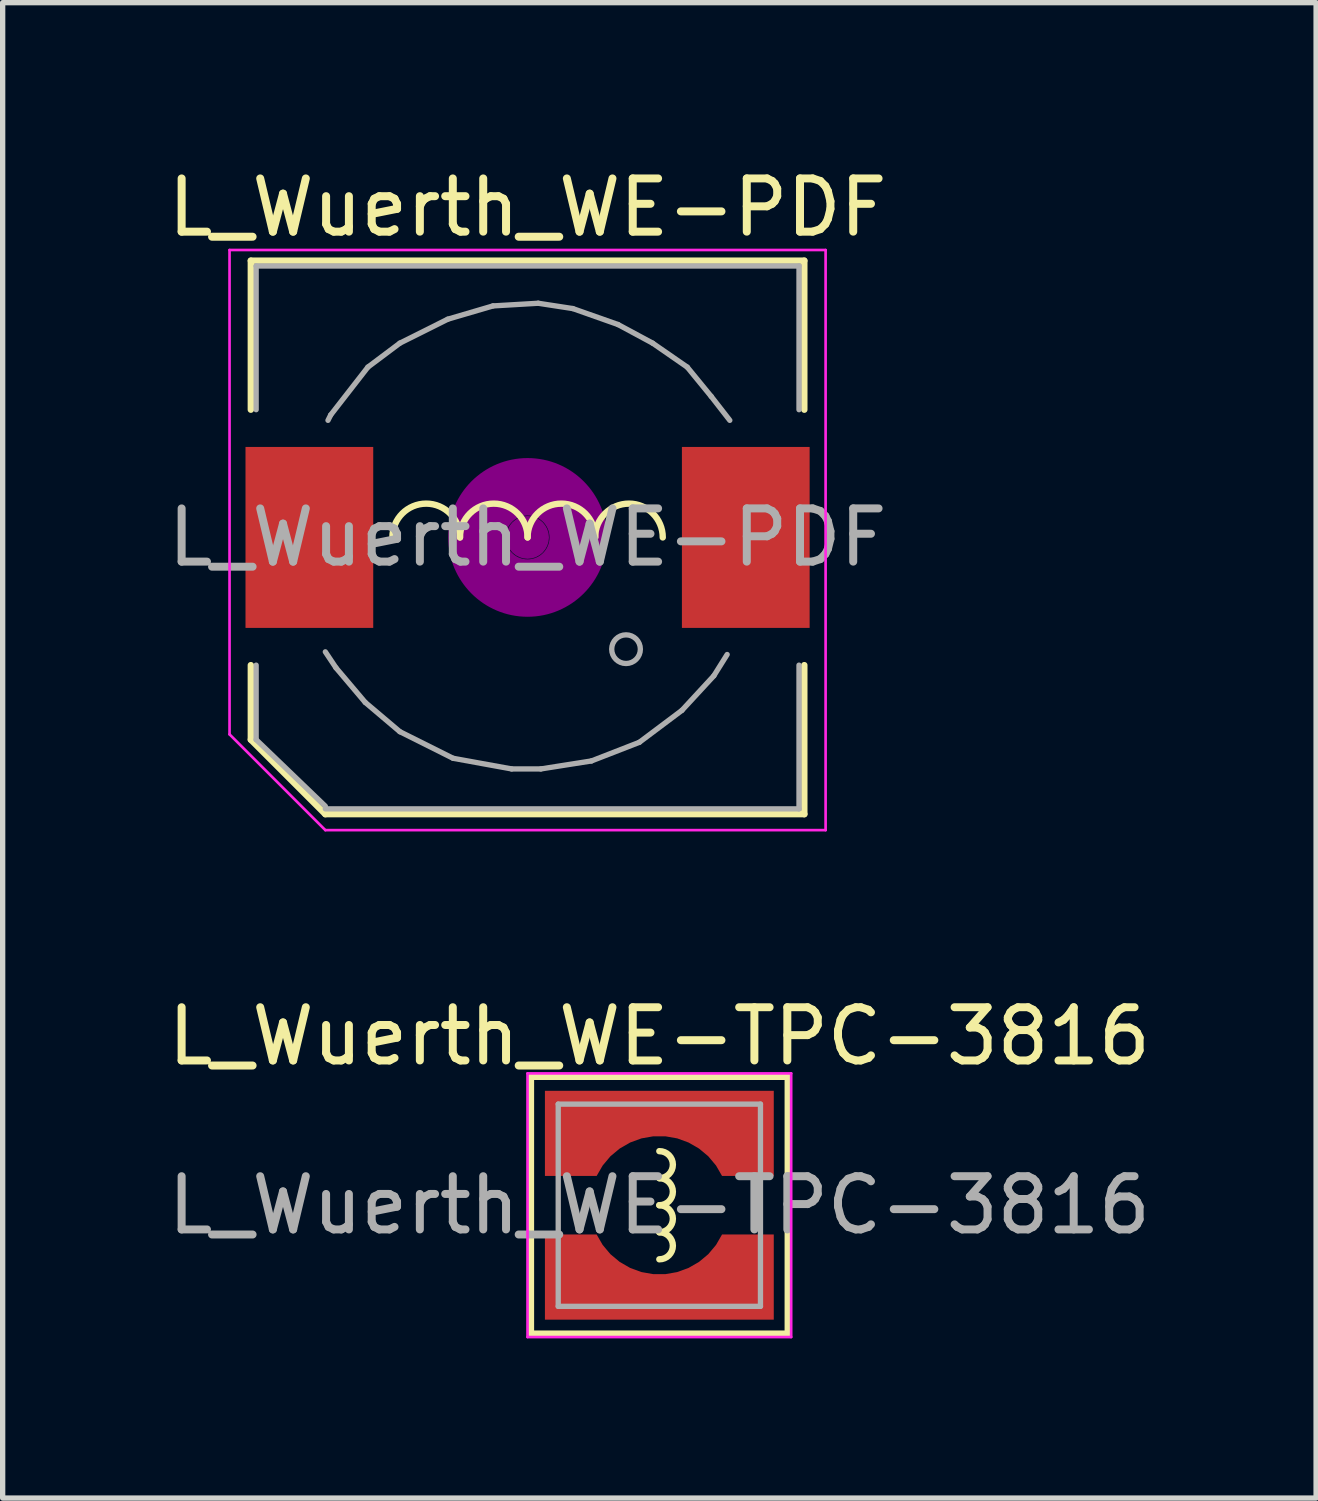
<source format=kicad_pcb>
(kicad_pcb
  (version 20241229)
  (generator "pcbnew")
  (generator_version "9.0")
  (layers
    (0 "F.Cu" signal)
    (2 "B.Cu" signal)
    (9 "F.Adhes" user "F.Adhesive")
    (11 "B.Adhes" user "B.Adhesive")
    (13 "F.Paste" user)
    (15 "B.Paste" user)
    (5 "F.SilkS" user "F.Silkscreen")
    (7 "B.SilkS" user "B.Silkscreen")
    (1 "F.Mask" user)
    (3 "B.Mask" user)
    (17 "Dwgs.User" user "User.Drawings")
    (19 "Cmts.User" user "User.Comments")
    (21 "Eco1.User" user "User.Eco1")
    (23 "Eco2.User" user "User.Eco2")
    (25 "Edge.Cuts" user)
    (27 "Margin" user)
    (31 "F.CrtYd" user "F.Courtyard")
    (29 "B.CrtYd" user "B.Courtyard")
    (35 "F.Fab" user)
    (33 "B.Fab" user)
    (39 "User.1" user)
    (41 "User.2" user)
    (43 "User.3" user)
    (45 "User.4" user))
  (footprint "L_Wuerth_WE-PDF"
    (layer "F.Cu")
    (at 6.863 7.048)
    (property "Reference" "L_Wuerth_WE-PDF" (at 0 -6.2 0) (layer "F.SilkS") (effects (font (size 1 1) (thickness 0.15))))
    (attr smd)
    (fp_line (start -5.2 -5.2) (end 5.2 -5.2) (stroke (width 0.12) (type solid)) (layer "F.SilkS"))
    (fp_line (start -5.2 -2.4) (end -5.2 -5.2) (stroke (width 0.12) (type solid)) (layer "F.SilkS"))
    (fp_line (start -5.2 3.8) (end -5.2 2.4) (stroke (width 0.12) (type solid)) (layer "F.SilkS"))
    (fp_line (start -3.8 5.2) (end -5.2 3.8) (stroke (width 0.12) (type solid)) (layer "F.SilkS"))
    (fp_line (start 5.2 -5.2) (end 5.2 -2.4) (stroke (width 0.12) (type solid)) (layer "F.SilkS"))
    (fp_line (start 5.2 2.4) (end 5.2 5.2) (stroke (width 0.12) (type solid)) (layer "F.SilkS"))
    (fp_line (start 5.2 5.2) (end -3.8 5.2) (stroke (width 0.12) (type solid)) (layer "F.SilkS"))
    (fp_arc (start -2.54 0) (mid -1.905 -0.635) (end -1.27 0) (stroke (width 0.12) (type solid)) (layer "F.SilkS"))
    (fp_arc (start -1.27 0) (mid -0.635 -0.635) (end 0 0) (stroke (width 0.12) (type solid)) (layer "F.SilkS"))
    (fp_arc (start 0 0) (mid 0.635 -0.635) (end 1.27 0) (stroke (width 0.12) (type solid)) (layer "F.SilkS"))
    (fp_arc (start 1.27 0) (mid 1.905 -0.635) (end 2.54 0) (stroke (width 0.12) (type solid)) (layer "F.SilkS"))
    (fp_circle (center 0 0) (end 0.15 0.15) (stroke (width 0.38) (type solid)) (fill no) (layer "F.Adhes"))
    (fp_circle (center 0 0) (end 0.6 0.05) (stroke (width 0.38) (type solid)) (fill no) (layer "F.Adhes"))
    (fp_circle (center 0 0) (end 0.95 0) (stroke (width 0.38) (type solid)) (fill no) (layer "F.Adhes"))
    (fp_circle (center 0 0) (end 1.3 0.05) (stroke (width 0.38) (type solid)) (fill no) (layer "F.Adhes"))
    (fp_line (start -5.6 -5.4) (end 5.6 -5.4) (stroke (width 0.05) (type solid)) (layer "F.CrtYd"))
    (fp_line (start -5.6 3.7) (end -5.6 -5.4) (stroke (width 0.05) (type solid)) (layer "F.CrtYd"))
    (fp_line (start -3.8 5.5) (end -5.6 3.7) (stroke (width 0.05) (type solid)) (layer "F.CrtYd"))
    (fp_line (start 5.6 -5.4) (end 5.6 5.5) (stroke (width 0.05) (type solid)) (layer "F.CrtYd"))
    (fp_line (start 5.6 5.5) (end -3.8 5.5) (stroke (width 0.05) (type solid)) (layer "F.CrtYd"))
    (fp_line (start -5.1 -5.1) (end -5.1 -2.4) (stroke (width 0.1) (type solid)) (layer "F.Fab"))
    (fp_line (start -5.1 2.4) (end -5.1 3.8) (stroke (width 0.1) (type solid)) (layer "F.Fab"))
    (fp_line (start -5.1 3.8) (end -3.8 5.05) (stroke (width 0.1) (type solid)) (layer "F.Fab"))
    (fp_line (start -3.8 2.15) (end -3.6 2.45) (stroke (width 0.1) (type solid)) (layer "F.Fab"))
    (fp_line (start -3.7 -2.3) (end -3.75 -2.2) (stroke (width 0.1) (type solid)) (layer "F.Fab"))
    (fp_line (start -3.6 2.45) (end -3.05 3.1) (stroke (width 0.1) (type solid)) (layer "F.Fab"))
    (fp_line (start -3.05 3.1) (end -2.4 3.65) (stroke (width 0.1) (type solid)) (layer "F.Fab"))
    (fp_line (start -3 -3.2) (end -3.7 -2.3) (stroke (width 0.1) (type solid)) (layer "F.Fab"))
    (fp_line (start -2.4 -3.65) (end -3 -3.2) (stroke (width 0.1) (type solid)) (layer "F.Fab"))
    (fp_line (start -2.4 3.65) (end -1.4 4.15) (stroke (width 0.1) (type solid)) (layer "F.Fab"))
    (fp_line (start -1.5 -4.1) (end -2.4 -3.65) (stroke (width 0.1) (type solid)) (layer "F.Fab"))
    (fp_line (start -1.4 4.15) (end -0.3 4.35) (stroke (width 0.1) (type solid)) (layer "F.Fab"))
    (fp_line (start -0.65 -4.35) (end -1.5 -4.1) (stroke (width 0.1) (type solid)) (layer "F.Fab"))
    (fp_line (start -0.3 4.35) (end 0.25 4.35) (stroke (width 0.1) (type solid)) (layer "F.Fab"))
    (fp_line (start 0.2 -4.4) (end -0.65 -4.35) (stroke (width 0.1) (type solid)) (layer "F.Fab"))
    (fp_line (start 0.25 4.35) (end 1.2 4.2) (stroke (width 0.1) (type solid)) (layer "F.Fab"))
    (fp_line (start 0.85 -4.3) (end 0.2 -4.4) (stroke (width 0.1) (type solid)) (layer "F.Fab"))
    (fp_line (start 1.2 4.2) (end 2.1 3.85) (stroke (width 0.1) (type solid)) (layer "F.Fab"))
    (fp_line (start 1.7 -4) (end 0.85 -4.3) (stroke (width 0.1) (type solid)) (layer "F.Fab"))
    (fp_line (start 2.1 3.85) (end 2.9 3.25) (stroke (width 0.1) (type solid)) (layer "F.Fab"))
    (fp_line (start 2.35 -3.65) (end 1.7 -4) (stroke (width 0.1) (type solid)) (layer "F.Fab"))
    (fp_line (start 2.9 3.25) (end 3.5 2.6) (stroke (width 0.1) (type solid)) (layer "F.Fab"))
    (fp_line (start 3 -3.2) (end 2.35 -3.65) (stroke (width 0.1) (type solid)) (layer "F.Fab"))
    (fp_line (start 3.45 -2.65) (end 3 -3.2) (stroke (width 0.1) (type solid)) (layer "F.Fab"))
    (fp_line (start 3.5 2.6) (end 3.75 2.2) (stroke (width 0.1) (type solid)) (layer "F.Fab"))
    (fp_line (start 3.8 -2.2) (end 3.45 -2.65) (stroke (width 0.1) (type solid)) (layer "F.Fab"))
    (fp_line (start 5.1 -5.1) (end -5.1 -5.1) (stroke (width 0.1) (type solid)) (layer "F.Fab"))
    (fp_line (start 5.1 -5.1) (end 5.1 -2.4) (stroke (width 0.1) (type solid)) (layer "F.Fab"))
    (fp_line (start 5.1 5.1) (end -3.8 5.1) (stroke (width 0.1) (type solid)) (layer "F.Fab"))
    (fp_line (start 5.1 5.1) (end 5.1 2.4) (stroke (width 0.1) (type solid)) (layer "F.Fab"))
    (fp_circle (center 1.85 2.1) (end 2.1 2.2) (stroke (width 0.1) (type solid)) (fill no) (layer "F.Fab"))
    (fp_text user "${REFERENCE}" (at 0 0 0) (layer "F.Fab") (effects (font (size 1 1) (thickness 0.15))))
    (pad "1" smd rect (at -4.1 0) (size 2.4 3.4) (layers "F.Cu" "F.Mask" "F.Paste"))
    (pad "2" smd rect (at 4.1 0) (size 2.4 3.4) (layers "F.Cu" "F.Mask" "F.Paste")))
  (footprint "L_Wuerth_WE-TPC-3816"
    (layer "F.Cu")
    (at 9.339 19.596)
    (property "Reference" "L_Wuerth_WE-TPC-3816" (at 0 -3.175 0) (layer "F.SilkS") (effects (font (size 1 1) (thickness 0.15))))
    (attr smd)
    (fp_line (start -2.413 -2.413) (end 2.413 -2.413) (stroke (width 0.12) (type solid)) (layer "F.SilkS"))
    (fp_line (start -2.413 2.413) (end -2.413 -2.413) (stroke (width 0.12) (type solid)) (layer "F.SilkS"))
    (fp_line (start 2.413 -2.413) (end 2.413 2.413) (stroke (width 0.12) (type solid)) (layer "F.SilkS"))
    (fp_line (start 2.413 2.413) (end -2.413 2.413) (stroke (width 0.12) (type solid)) (layer "F.SilkS"))
    (fp_arc (start 0 -1.016) (mid 0.254 -0.762) (end 0 -0.508) (stroke (width 0.12) (type solid)) (layer "F.SilkS"))
    (fp_arc (start 0 -0.508) (mid 0.254 -0.254) (end 0 0) (stroke (width 0.12) (type solid)) (layer "F.SilkS"))
    (fp_arc (start 0 0) (mid 0.254 0.254) (end 0 0.508) (stroke (width 0.12) (type solid)) (layer "F.SilkS"))
    (fp_arc (start 0 0.508) (mid 0.254 0.762) (end 0 1.016) (stroke (width 0.12) (type solid)) (layer "F.SilkS"))
    (fp_line (start -2.477 -2.477) (end 2.477 -2.477) (stroke (width 0.05) (type solid)) (layer "F.CrtYd"))
    (fp_line (start -2.477 2.477) (end -2.477 -2.477) (stroke (width 0.05) (type solid)) (layer "F.CrtYd"))
    (fp_line (start 2.477 -2.477) (end 2.477 2.477) (stroke (width 0.05) (type solid)) (layer "F.CrtYd"))
    (fp_line (start 2.477 2.477) (end -2.477 2.477) (stroke (width 0.05) (type solid)) (layer "F.CrtYd"))
    (fp_line (start -1.9 -1.9) (end 1.9 -1.9) (stroke (width 0.1) (type solid)) (layer "F.Fab"))
    (fp_line (start -1.9 1.9) (end -1.9 -1.9) (stroke (width 0.1) (type solid)) (layer "F.Fab"))
    (fp_line (start 1.9 -1.9) (end 1.9 1.9) (stroke (width 0.1) (type solid)) (layer "F.Fab"))
    (fp_line (start 1.9 1.9) (end -1.9 1.9) (stroke (width 0.1) (type solid)) (layer "F.Fab"))
    (fp_text user "${REFERENCE}" (at 0 0 0) (layer "F.Fab") (effects (font (size 1 1) (thickness 0.15))))
    (pad "1" smd custom (at 0 -1.75) (size 0.7 0.7) (layers "F.Cu" "F.Mask" "F.Paste") (options (anchor circle)) (primitives (gr_poly (pts (xy 2.15 1.2) (xy 1.178 1.2) (xy 1.065 1.004) (xy 0.919 0.83) (xy 0.745 0.685) (xy 0.549 0.572) (xy 0.336 0.494) (xy 0.113 0.455) (xy -0.113 0.455) (xy -0.336 0.494) (xy -0.549 0.572) (xy -0.745 0.685) (xy -0.919 0.83) (xy -1.065 1.004) (xy -1.178 1.2) (xy -2.15 1.2) (xy -2.15 -0.4) (xy 2.15 -0.4)) (width 0) (fill yes))))
    (pad "2" smd custom (at 0 1.75) (size 0.7 0.7) (layers "F.Cu" "F.Mask" "F.Paste") (options (anchor circle)) (primitives (gr_poly (pts (xy -1.065 -1.004) (xy -0.919 -0.83) (xy -0.745 -0.685) (xy -0.549 -0.572) (xy -0.336 -0.494) (xy -0.113 -0.455) (xy 0.113 -0.455) (xy 0.336 -0.494) (xy 0.549 -0.572) (xy 0.745 -0.685) (xy 0.919 -0.83) (xy 1.065 -1.004) (xy 1.178 -1.2) (xy 2.15 -1.2) (xy 2.15 0.4) (xy -2.15 0.4) (xy -2.15 -1.2) (xy -1.178 -1.2)) (width 0) (fill yes)))))
  (gr_rect
    (start -3 -3)
    (end 21.679 25.098)
    (stroke (width 0.1) (type default))
    (fill no)
    (layer "Edge.Cuts")))
</source>
